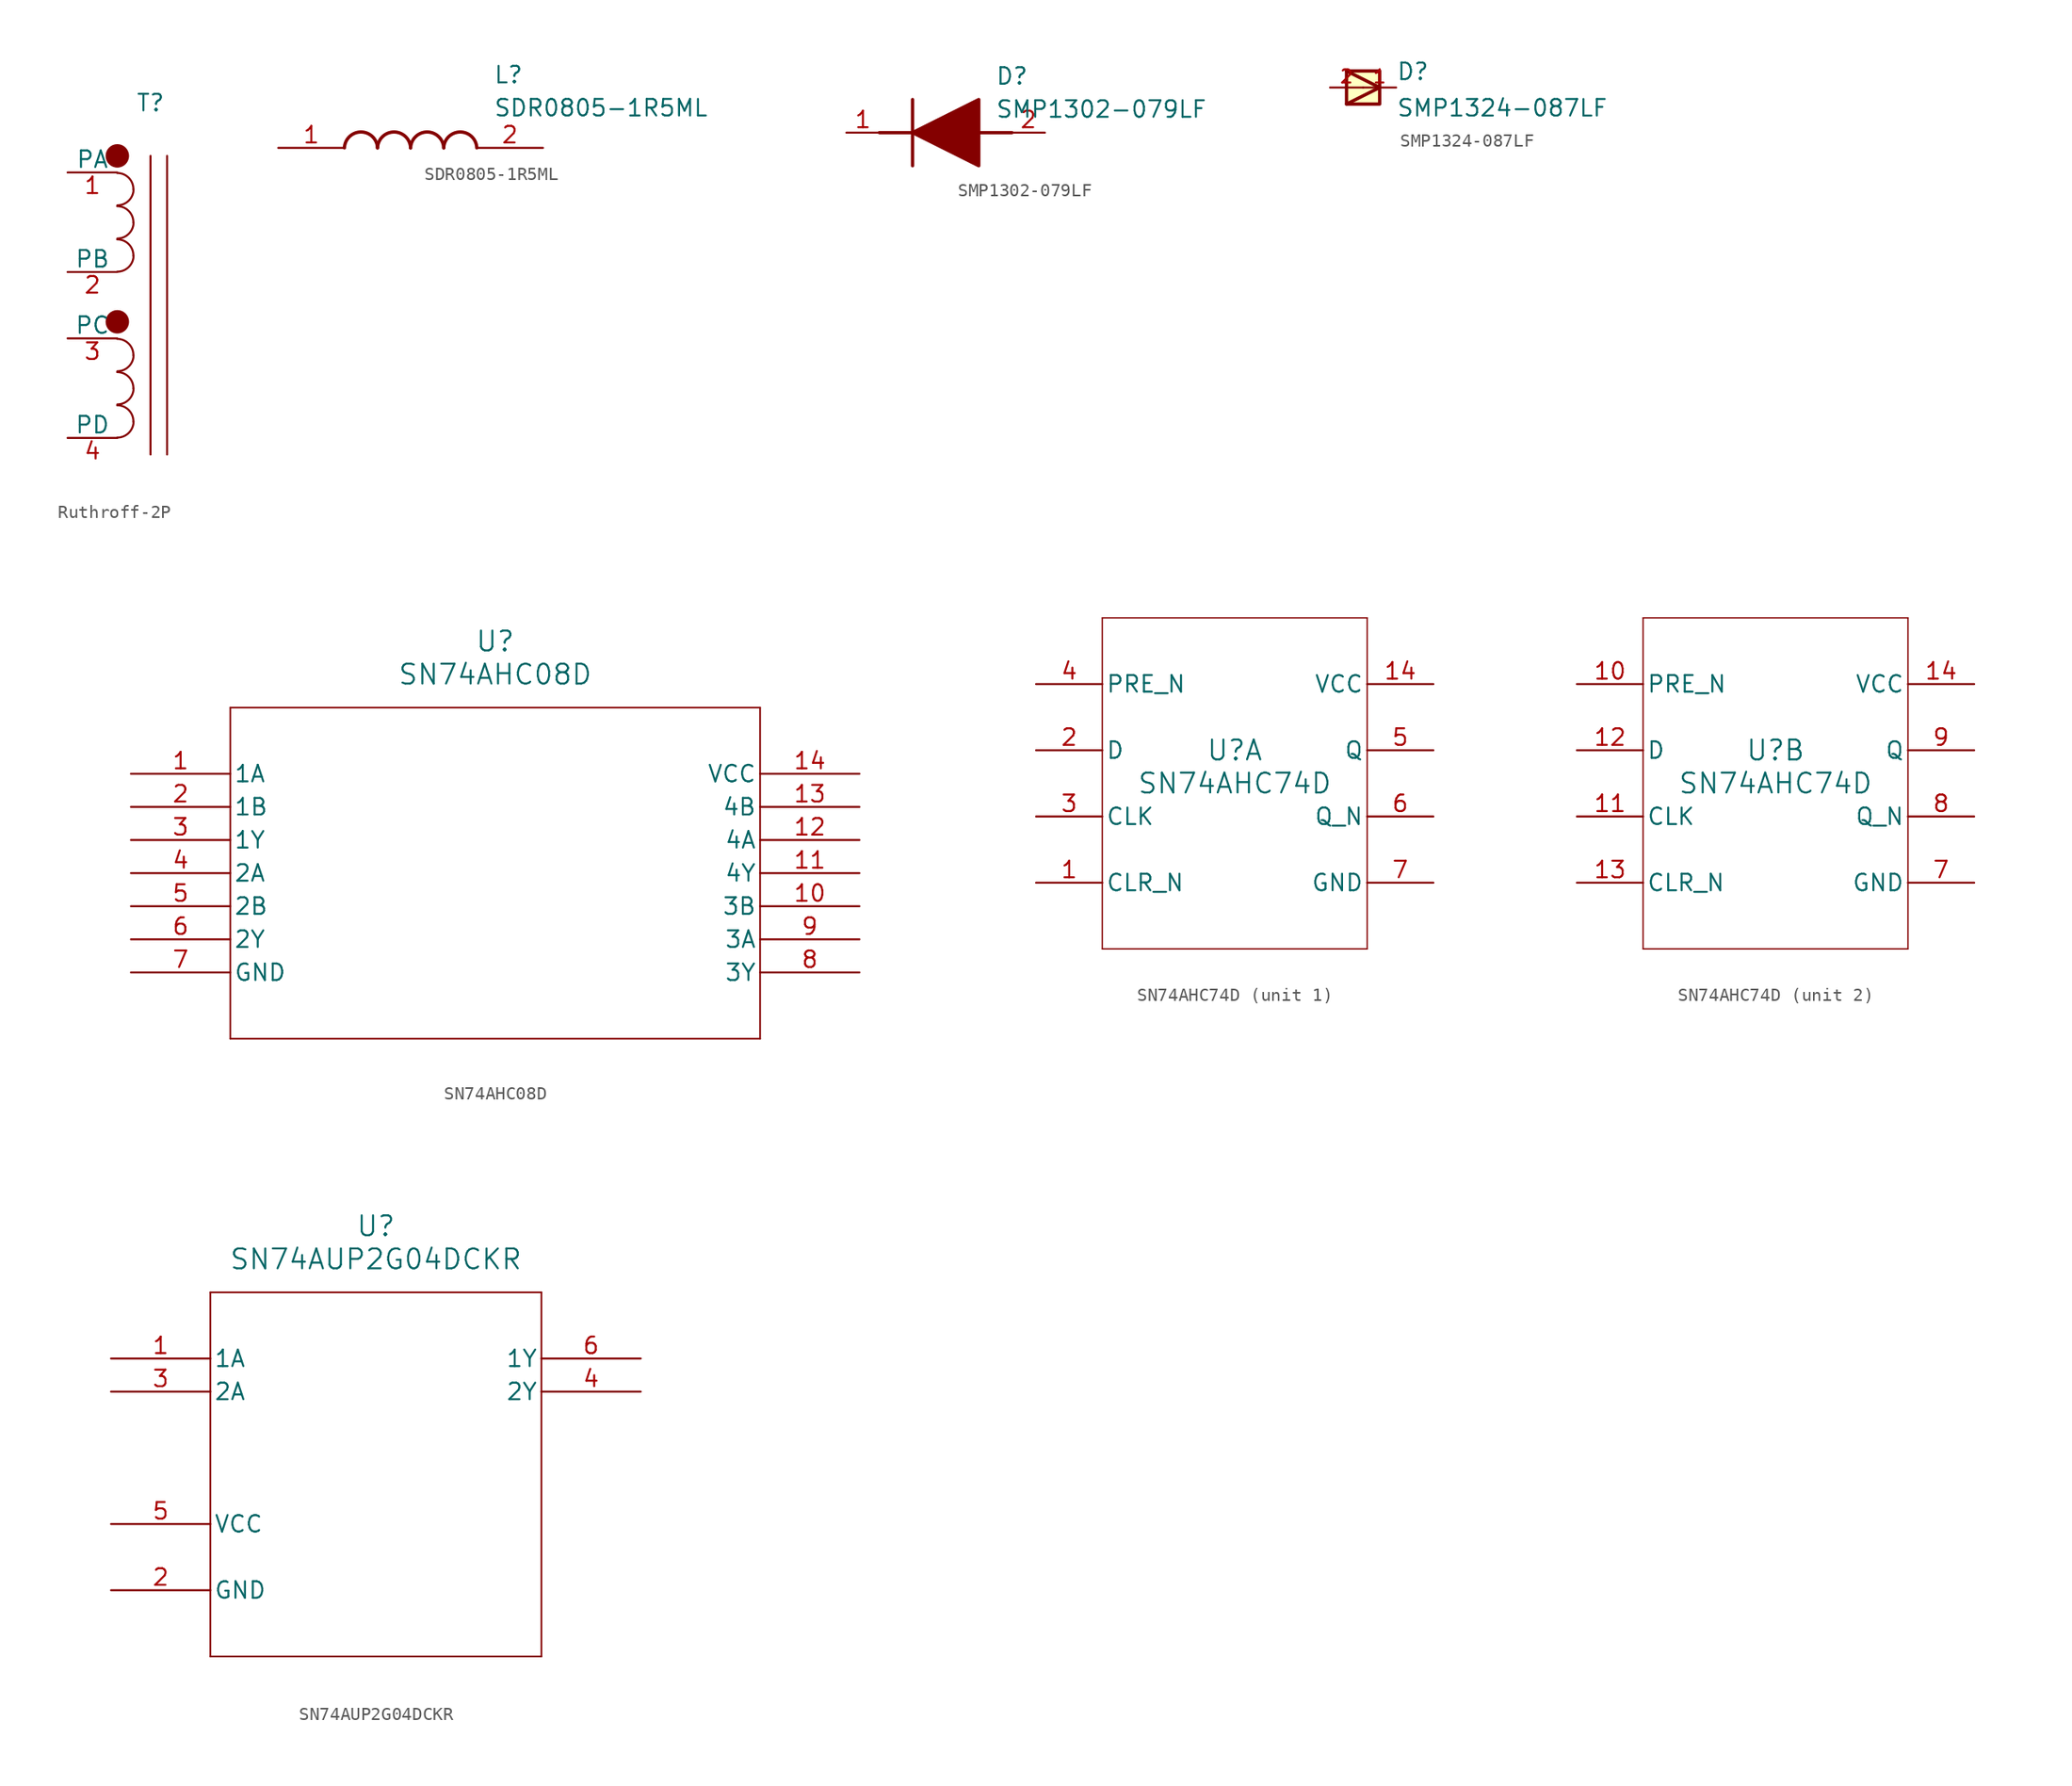
<source format=kicad_sym>
(kicad_symbol_lib
  (version 20241209)
  (generator "kicad_symbol_editor")
  (generator_version "9.0")
  (symbol "Ruthroff-2P"
    (pin_names
      (offset 0))
    (property "Reference" "T"
      (at 0 2.794 0)
      (effects (font (size 1.27 1.27))))
    (property "Value" ""
      (at 0 0 0)
      (effects (font (size 1.27 1.27))))
    (symbol "Ruthroff-2P_0_1"
      (arc (start -2.5568 -2.5816) (mid -1.6626 -2.9501) (end -1.3122 -3.8516) (stroke (width 0) (type default)) (fill (type none)))
      (arc (start -1.2955 -3.8099) (mid -1.66 -4.69) (end -2.5401 -5.0545) (stroke (width 0) (type default)) (fill (type none)))
      (arc (start -2.5568 -5.1216) (mid -1.6626 -5.4901) (end -1.3122 -6.3916) (stroke (width 0) (type default)) (fill (type none)))
      (arc (start -1.2955 -6.3499) (mid -1.66 -7.23) (end -2.5401 -7.5945) (stroke (width 0) (type default)) (fill (type none)))
      (arc (start -2.5568 -7.6616) (mid -1.6626 -8.0301) (end -1.3122 -8.9316) (stroke (width 0) (type default)) (fill (type none)))
      (arc (start -1.2955 -8.8899) (mid -1.66 -9.77) (end -2.5401 -10.1345) (stroke (width 0) (type default)) (fill (type none)))
      (arc (start -2.5568 -15.2816) (mid -1.6626 -15.6501) (end -1.3122 -16.5516) (stroke (width 0) (type default)) (fill (type none)))
      (arc (start -1.2955 -16.5099) (mid -1.66 -17.39) (end -2.5401 -17.7545) (stroke (width 0) (type default)) (fill (type none)))
      (arc (start -2.5568 -17.8216) (mid -1.6626 -18.1901) (end -1.3122 -19.0916) (stroke (width 0) (type default)) (fill (type none)))
      (arc (start -1.2955 -19.0499) (mid -1.66 -19.93) (end -2.5401 -20.2945) (stroke (width 0) (type default)) (fill (type none)))
      (arc (start -2.5568 -20.3616) (mid -1.6626 -20.7301) (end -1.3122 -21.6316) (stroke (width 0) (type default)) (fill (type none)))
      (arc (start -1.2955 -21.5899) (mid -1.66 -22.47) (end -2.5401 -22.8345) (stroke (width 0) (type default)) (fill (type none)))
      (polyline (pts (xy 0 -1.27) (xy 0 -24.13)) (stroke (width 0) (type default)) (fill (type none)))
      (polyline (pts (xy 1.27 -24.13) (xy 1.27 -1.27)) (stroke (width 0) (type default)) (fill (type none))))
    (symbol "Ruthroff-2P_1_1"
      (circle (center -2.54 -1.27) (radius 0.898) (stroke (width -0.0001) (type solid)) (fill (type outline)))
      (circle (center -2.54 -13.97) (radius 0.898) (stroke (width -0.0001) (type solid)) (fill (type outline)))
      (pin passive line (at -6.35 -2.54 0) (length 3.81) (name "PA" (effects (font (size 1.27 1.27)))) (number "1" (effects (font (size 1.27 1.27)))))
      (pin passive line (at -6.35 -10.16 0) (length 3.81) (name "PB" (effects (font (size 1.27 1.27)))) (number "2" (effects (font (size 1.27 1.27)))))
      (pin passive line (at -6.35 -15.24 0) (length 3.81) (name "PC" (effects (font (size 1.27 1.27)))) (number "3" (effects (font (size 1.27 1.27)))))
      (pin passive line (at -6.35 -22.86 0) (length 3.81) (name "PD" (effects (font (size 1.27 1.27)))) (number "4" (effects (font (size 1.27 1.27)))))))
  (symbol "SDR0805-1R5ML"
    (pin_names
      (hide yes))
    (property "Reference" "L"
      (at 16.51 6.35 0)
      (effects (font (size 1.27 1.27)) (justify left top)))
    (property "Value" "SDR0805-1R5ML"
      (at 16.51 3.81 0)
      (effects (font (size 1.27 1.27)) (justify left top)))
    (symbol "SDR0805-1R5ML_1_1"
      (arc (start 5.08 0) (mid 6.35 1.219) (end 7.62 0) (stroke (width 0.254) (type default)) (fill (type none)))
      (arc (start 7.62 0) (mid 8.89 1.219) (end 10.16 0) (stroke (width 0.254) (type default)) (fill (type none)))
      (arc (start 10.16 0) (mid 11.43 1.219) (end 12.7 0) (stroke (width 0.254) (type default)) (fill (type none)))
      (arc (start 12.7 0) (mid 13.97 1.219) (end 15.24 0) (stroke (width 0.254) (type default)) (fill (type none)))
      (pin passive line (at 0 0 0) (length 5.08) (name "1" (effects (font (size 1.27 1.27)))) (number "1" (effects (font (size 1.27 1.27)))))
      (pin passive line (at 20.32 0 180) (length 5.08) (name "2" (effects (font (size 1.27 1.27)))) (number "2" (effects (font (size 1.27 1.27)))))))
  (symbol "SMP1302-079LF"
    (pin_names
      (hide yes))
    (property "Reference" "D"
      (at 11.43 5.08 0)
      (effects (font (size 1.27 1.27)) (justify left top)))
    (property "Value" "SMP1302-079LF"
      (at 11.43 2.54 0)
      (effects (font (size 1.27 1.27)) (justify left top)))
    (symbol "SMP1302-079LF_1_1"
      (polyline (pts (xy 2.54 0) (xy 5.08 0)) (stroke (width 0.254) (type default)) (fill (type none)))
      (polyline (pts (xy 5.08 2.54) (xy 5.08 -2.54)) (stroke (width 0.254) (type default)) (fill (type none)))
      (polyline (pts (xy 5.08 0) (xy 10.16 2.54) (xy 10.16 -2.54) (xy 5.08 0)) (stroke (width 0.254) (type default)) (fill (type outline)))
      (polyline (pts (xy 10.16 0) (xy 12.7 0)) (stroke (width 0.254) (type default)) (fill (type none)))
      (pin passive line (at 0 0 0) (length 2.54) (name "K" (effects (font (size 1.27 1.27)))) (number "1" (effects (font (size 1.27 1.27)))))
      (pin passive line (at 15.24 0 180) (length 2.54) (name "A" (effects (font (size 1.27 1.27)))) (number "2" (effects (font (size 1.27 1.27)))))))
  (symbol "SMP1324-087LF"
    (pin_names
      (offset 1.016))
    (property "Reference" "D"
      (at 2.542 0.483 0)
      (effects (font (size 1.27 1.27)) (justify left bottom)))
    (property "Value" "SMP1324-087LF"
      (at 2.543 -2.314 0)
      (effects (font (size 1.27 1.27)) (justify left bottom)))
    (symbol "SMP1324-087LF_0_0"
      (rectangle (start -1.27 -1.27) (end 1.27 1.27) (stroke (width 0.254) (type default)) (fill (type background)))
      (polyline (pts (xy -1.27 -1.27) (xy 1.27 0)) (stroke (width 0.254) (type default)) (fill (type none)))
      (polyline (pts (xy 1.27 0) (xy -1.27 1.27)) (stroke (width 0.254) (type default)) (fill (type none)))
      (pin passive line (at -2.54 0 0) (length 2.54) (name "~" (effects (font (size 1.016 1.016)))) (number "2" (effects (font (size 1.016 1.016)))))
      (pin passive line (at 2.54 0 180) (length 2.54) (name "~" (effects (font (size 1.016 1.016)))) (number "1" (effects (font (size 1.016 1.016)))))))
  (symbol "SN74AHC08D"
    (pin_names
      (offset 0.254))
    (property "Reference" "U"
      (at 27.94 10.16 0)
      (effects (font (size 1.524 1.524))))
    (property "Value" "SN74AHC08D"
      (at 27.94 7.62 0)
      (effects (font (size 1.524 1.524))))
    (property "ki_locked" ""
      (at 0 0 0)
      (effects (font (size 1.27 1.27))))
    (symbol "SN74AHC08D_0_1"
      (polyline (pts (xy 7.62 5.08) (xy 7.62 -20.32)) (stroke (width 0.127) (type default)) (fill (type none)))
      (polyline (pts (xy 7.62 -20.32) (xy 48.26 -20.32)) (stroke (width 0.127) (type default)) (fill (type none)))
      (polyline (pts (xy 48.26 5.08) (xy 7.62 5.08)) (stroke (width 0.127) (type default)) (fill (type none)))
      (polyline (pts (xy 48.26 -20.32) (xy 48.26 5.08)) (stroke (width 0.127) (type default)) (fill (type none)))
      (pin input line (at 0 0 0) (length 7.62) (name "1A" (effects (font (size 1.27 1.27)))) (number "1" (effects (font (size 1.27 1.27)))))
      (pin input line (at 0 -2.54 0) (length 7.62) (name "1B" (effects (font (size 1.27 1.27)))) (number "2" (effects (font (size 1.27 1.27)))))
      (pin output line (at 0 -5.08 0) (length 7.62) (name "1Y" (effects (font (size 1.27 1.27)))) (number "3" (effects (font (size 1.27 1.27)))))
      (pin input line (at 0 -7.62 0) (length 7.62) (name "2A" (effects (font (size 1.27 1.27)))) (number "4" (effects (font (size 1.27 1.27)))))
      (pin input line (at 0 -10.16 0) (length 7.62) (name "2B" (effects (font (size 1.27 1.27)))) (number "5" (effects (font (size 1.27 1.27)))))
      (pin output line (at 0 -12.7 0) (length 7.62) (name "2Y" (effects (font (size 1.27 1.27)))) (number "6" (effects (font (size 1.27 1.27)))))
      (pin power_in line (at 0 -15.24 0) (length 7.62) (name "GND" (effects (font (size 1.27 1.27)))) (number "7" (effects (font (size 1.27 1.27)))))
      (pin power_in line (at 55.88 0 180) (length 7.62) (name "VCC" (effects (font (size 1.27 1.27)))) (number "14" (effects (font (size 1.27 1.27)))))
      (pin input line (at 55.88 -2.54 180) (length 7.62) (name "4B" (effects (font (size 1.27 1.27)))) (number "13" (effects (font (size 1.27 1.27)))))
      (pin input line (at 55.88 -5.08 180) (length 7.62) (name "4A" (effects (font (size 1.27 1.27)))) (number "12" (effects (font (size 1.27 1.27)))))
      (pin output line (at 55.88 -7.62 180) (length 7.62) (name "4Y" (effects (font (size 1.27 1.27)))) (number "11" (effects (font (size 1.27 1.27)))))
      (pin input line (at 55.88 -10.16 180) (length 7.62) (name "3B" (effects (font (size 1.27 1.27)))) (number "10" (effects (font (size 1.27 1.27)))))
      (pin input line (at 55.88 -12.7 180) (length 7.62) (name "3A" (effects (font (size 1.27 1.27)))) (number "9" (effects (font (size 1.27 1.27)))))
      (pin output line (at 55.88 -15.24 180) (length 7.62) (name "3Y" (effects (font (size 1.27 1.27)))) (number "8" (effects (font (size 1.27 1.27)))))))
  (symbol "SN74AHC74D"
    (pin_names
      (offset 0.254))
    (property "Reference" "U"
      (at 0 2.54 0)
      (effects (font (size 1.524 1.524))))
    (property "Value" "SN74AHC74D"
      (at 0 0 0)
      (effects (font (size 1.524 1.524))))
    (property "ki_locked" ""
      (at 0 0 0)
      (effects (font (size 1.27 1.27))))
    (symbol "SN74AHC74D_1_1"
      (polyline (pts (xy -10.16 12.7) (xy -10.16 -12.7)) (stroke (width 0.102) (type default)) (fill (type none)))
      (polyline (pts (xy -10.16 -12.7) (xy 10.16 -12.7)) (stroke (width 0.102) (type default)) (fill (type none)))
      (polyline (pts (xy 10.16 12.7) (xy -10.16 12.7)) (stroke (width 0.102) (type default)) (fill (type none)))
      (polyline (pts (xy 10.16 -12.7) (xy 10.16 12.7)) (stroke (width 0.102) (type default)) (fill (type none)))
      (pin input line (at -15.24 7.62 0) (length 5.08) (name "PRE_N" (effects (font (size 1.27 1.27)))) (number "4" (effects (font (size 1.27 1.27)))))
      (pin input line (at -15.24 2.54 0) (length 5.08) (name "D" (effects (font (size 1.27 1.27)))) (number "2" (effects (font (size 1.27 1.27)))))
      (pin input line (at -15.24 -2.54 0) (length 5.08) (name "CLK" (effects (font (size 1.27 1.27)))) (number "3" (effects (font (size 1.27 1.27)))))
      (pin input line (at -15.24 -7.62 0) (length 5.08) (name "CLR_N" (effects (font (size 1.27 1.27)))) (number "1" (effects (font (size 1.27 1.27)))))
      (pin power_in line (at 15.24 7.62 180) (length 5.08) (name "VCC" (effects (font (size 1.27 1.27)))) (number "14" (effects (font (size 1.27 1.27)))))
      (pin output line (at 15.24 2.54 180) (length 5.08) (name "Q" (effects (font (size 1.27 1.27)))) (number "5" (effects (font (size 1.27 1.27)))))
      (pin output line (at 15.24 -2.54 180) (length 5.08) (name "Q_N" (effects (font (size 1.27 1.27)))) (number "6" (effects (font (size 1.27 1.27)))))
      (pin power_in line (at 15.24 -7.62 180) (length 5.08) (name "GND" (effects (font (size 1.27 1.27)))) (number "7" (effects (font (size 1.27 1.27))))))
    (symbol "SN74AHC74D_2_1"
      (polyline (pts (xy -10.16 12.7) (xy -10.16 -12.7)) (stroke (width 0.102) (type default)) (fill (type none)))
      (polyline (pts (xy -10.16 -12.7) (xy 10.16 -12.7)) (stroke (width 0.102) (type default)) (fill (type none)))
      (polyline (pts (xy 10.16 12.7) (xy -10.16 12.7)) (stroke (width 0.102) (type default)) (fill (type none)))
      (polyline (pts (xy 10.16 -12.7) (xy 10.16 12.7)) (stroke (width 0.102) (type default)) (fill (type none)))
      (pin input line (at -15.24 7.62 0) (length 5.08) (name "PRE_N" (effects (font (size 1.27 1.27)))) (number "10" (effects (font (size 1.27 1.27)))))
      (pin input line (at -15.24 2.54 0) (length 5.08) (name "D" (effects (font (size 1.27 1.27)))) (number "12" (effects (font (size 1.27 1.27)))))
      (pin input line (at -15.24 -2.54 0) (length 5.08) (name "CLK" (effects (font (size 1.27 1.27)))) (number "11" (effects (font (size 1.27 1.27)))))
      (pin input line (at -15.24 -7.62 0) (length 5.08) (name "CLR_N" (effects (font (size 1.27 1.27)))) (number "13" (effects (font (size 1.27 1.27)))))
      (pin power_in line (at 15.24 7.62 180) (length 5.08) (name "VCC" (effects (font (size 1.27 1.27)))) (number "14" (effects (font (size 1.27 1.27)))))
      (pin output line (at 15.24 2.54 180) (length 5.08) (name "Q" (effects (font (size 1.27 1.27)))) (number "9" (effects (font (size 1.27 1.27)))))
      (pin output line (at 15.24 -2.54 180) (length 5.08) (name "Q_N" (effects (font (size 1.27 1.27)))) (number "8" (effects (font (size 1.27 1.27)))))
      (pin power_in line (at 15.24 -7.62 180) (length 5.08) (name "GND" (effects (font (size 1.27 1.27)))) (number "7" (effects (font (size 1.27 1.27)))))))
  (symbol "SN74AUP2G04DCKR"
    (pin_names
      (offset 0.254))
    (property "Reference" "U"
      (at 20.32 10.16 0)
      (effects (font (size 1.524 1.524))))
    (property "Value" "SN74AUP2G04DCKR"
      (at 20.32 7.62 0)
      (effects (font (size 1.524 1.524))))
    (property "ki_locked" ""
      (at 0 0 0)
      (effects (font (size 1.27 1.27))))
    (symbol "SN74AUP2G04DCKR_0_1"
      (polyline (pts (xy 7.62 5.08) (xy 7.62 -22.86)) (stroke (width 0.127) (type default)) (fill (type none)))
      (polyline (pts (xy 7.62 -22.86) (xy 33.02 -22.86)) (stroke (width 0.127) (type default)) (fill (type none)))
      (polyline (pts (xy 33.02 5.08) (xy 7.62 5.08)) (stroke (width 0.127) (type default)) (fill (type none)))
      (polyline (pts (xy 33.02 -22.86) (xy 33.02 5.08)) (stroke (width 0.127) (type default)) (fill (type none)))
      (pin input line (at 0 0 0) (length 7.62) (name "1A" (effects (font (size 1.27 1.27)))) (number "1" (effects (font (size 1.27 1.27)))))
      (pin input line (at 0 -2.54 0) (length 7.62) (name "2A" (effects (font (size 1.27 1.27)))) (number "3" (effects (font (size 1.27 1.27)))))
      (pin power_in line (at 0 -12.7 0) (length 7.62) (name "VCC" (effects (font (size 1.27 1.27)))) (number "5" (effects (font (size 1.27 1.27)))))
      (pin power_in line (at 0 -17.78 0) (length 7.62) (name "GND" (effects (font (size 1.27 1.27)))) (number "2" (effects (font (size 1.27 1.27)))))
      (pin output line (at 40.64 0 180) (length 7.62) (name "1Y" (effects (font (size 1.27 1.27)))) (number "6" (effects (font (size 1.27 1.27)))))
      (pin output line (at 40.64 -2.54 180) (length 7.62) (name "2Y" (effects (font (size 1.27 1.27)))) (number "4" (effects (font (size 1.27 1.27))))))))
</source>
